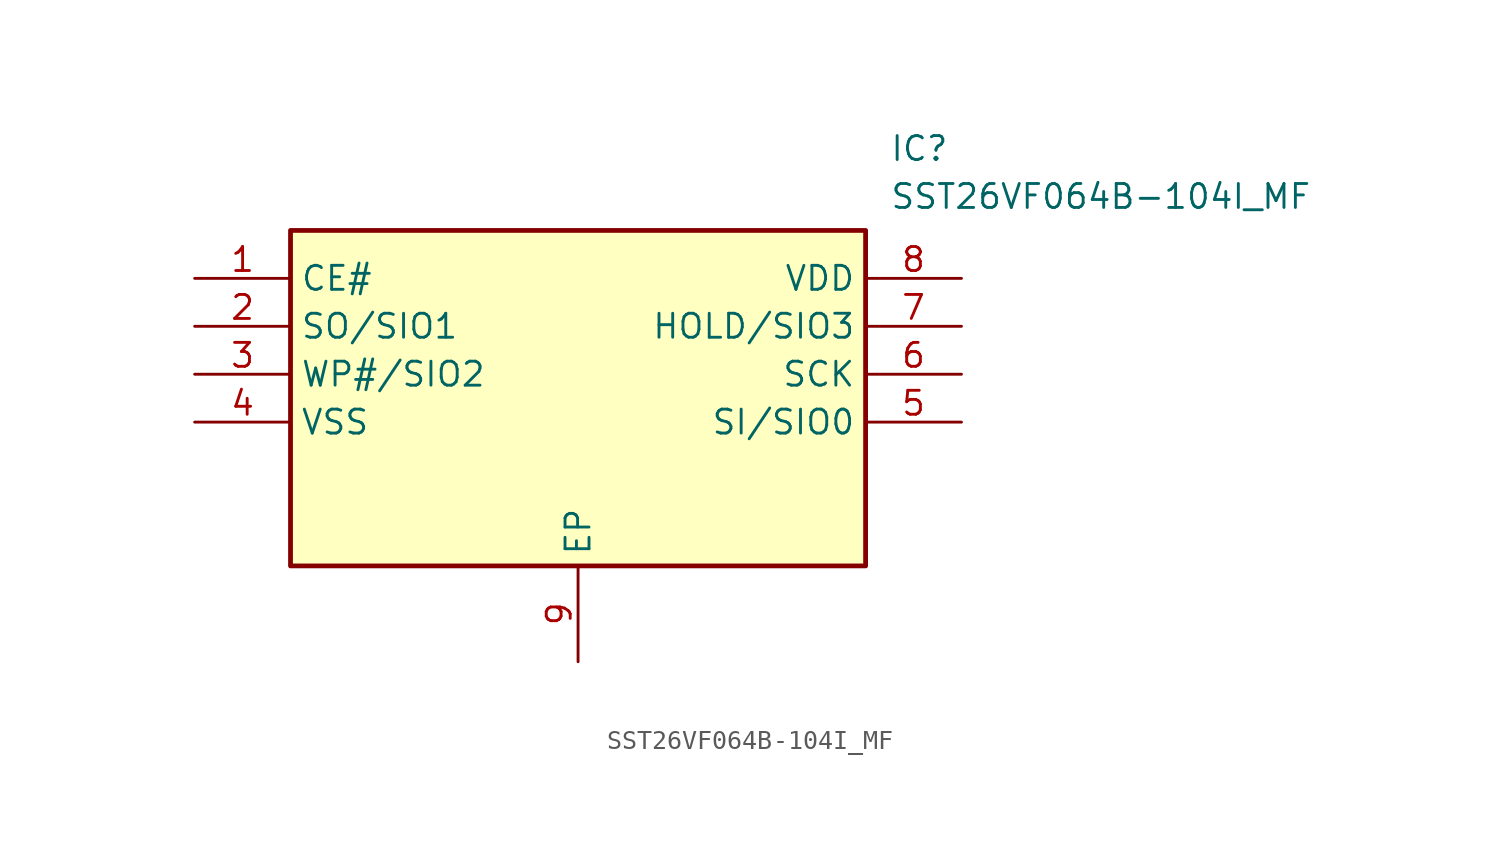
<source format=kicad_sym>
(kicad_symbol_lib
  (version 20211014)
  (generator SamacSys_ECAD_Model)
  (symbol "SST26VF064B-104I_MF"
    (property "Reference" "IC"
      (at 36.83 7.62 0)
      (effects (font (size 1.27 1.27)) (justify left top)))
    (property "Value" "SST26VF064B-104I_MF"
      (at 36.83 5.08 0)
      (effects (font (size 1.27 1.27)) (justify left top)))
    (rectangle
      (start 5.08 2.54)
      (end 35.56 -15.24)
      (stroke (width 0.254) (type default))
      (fill (type background)))
    (pin passive line
      (at 0 0 0)
      (length 5.08)
      (name "CE#" (effects (font (size 1.27 1.27))))
      (number "1" (effects (font (size 1.27 1.27)))))
    (pin passive line
      (at 0 -2.54 0)
      (length 5.08)
      (name "SO/SIO1" (effects (font (size 1.27 1.27))))
      (number "2" (effects (font (size 1.27 1.27)))))
    (pin passive line
      (at 0 -5.08 0)
      (length 5.08)
      (name "WP#/SIO2" (effects (font (size 1.27 1.27))))
      (number "3" (effects (font (size 1.27 1.27)))))
    (pin passive line
      (at 0 -7.62 0)
      (length 5.08)
      (name "VSS" (effects (font (size 1.27 1.27))))
      (number "4" (effects (font (size 1.27 1.27)))))
    (pin passive line
      (at 20.32 -20.32 90)
      (length 5.08)
      (name "EP" (effects (font (size 1.27 1.27))))
      (number "9" (effects (font (size 1.27 1.27)))))
    (pin passive line
      (at 40.64 0 180)
      (length 5.08)
      (name "VDD" (effects (font (size 1.27 1.27))))
      (number "8" (effects (font (size 1.27 1.27)))))
    (pin passive line
      (at 40.64 -2.54 180)
      (length 5.08)
      (name "HOLD/SIO3" (effects (font (size 1.27 1.27))))
      (number "7" (effects (font (size 1.27 1.27)))))
    (pin passive line
      (at 40.64 -5.08 180)
      (length 5.08)
      (name "SCK" (effects (font (size 1.27 1.27))))
      (number "6" (effects (font (size 1.27 1.27)))))
    (pin passive line
      (at 40.64 -7.62 180)
      (length 5.08)
      (name "SI/SIO0" (effects (font (size 1.27 1.27))))
      (number "5" (effects (font (size 1.27 1.27)))))))
</source>
